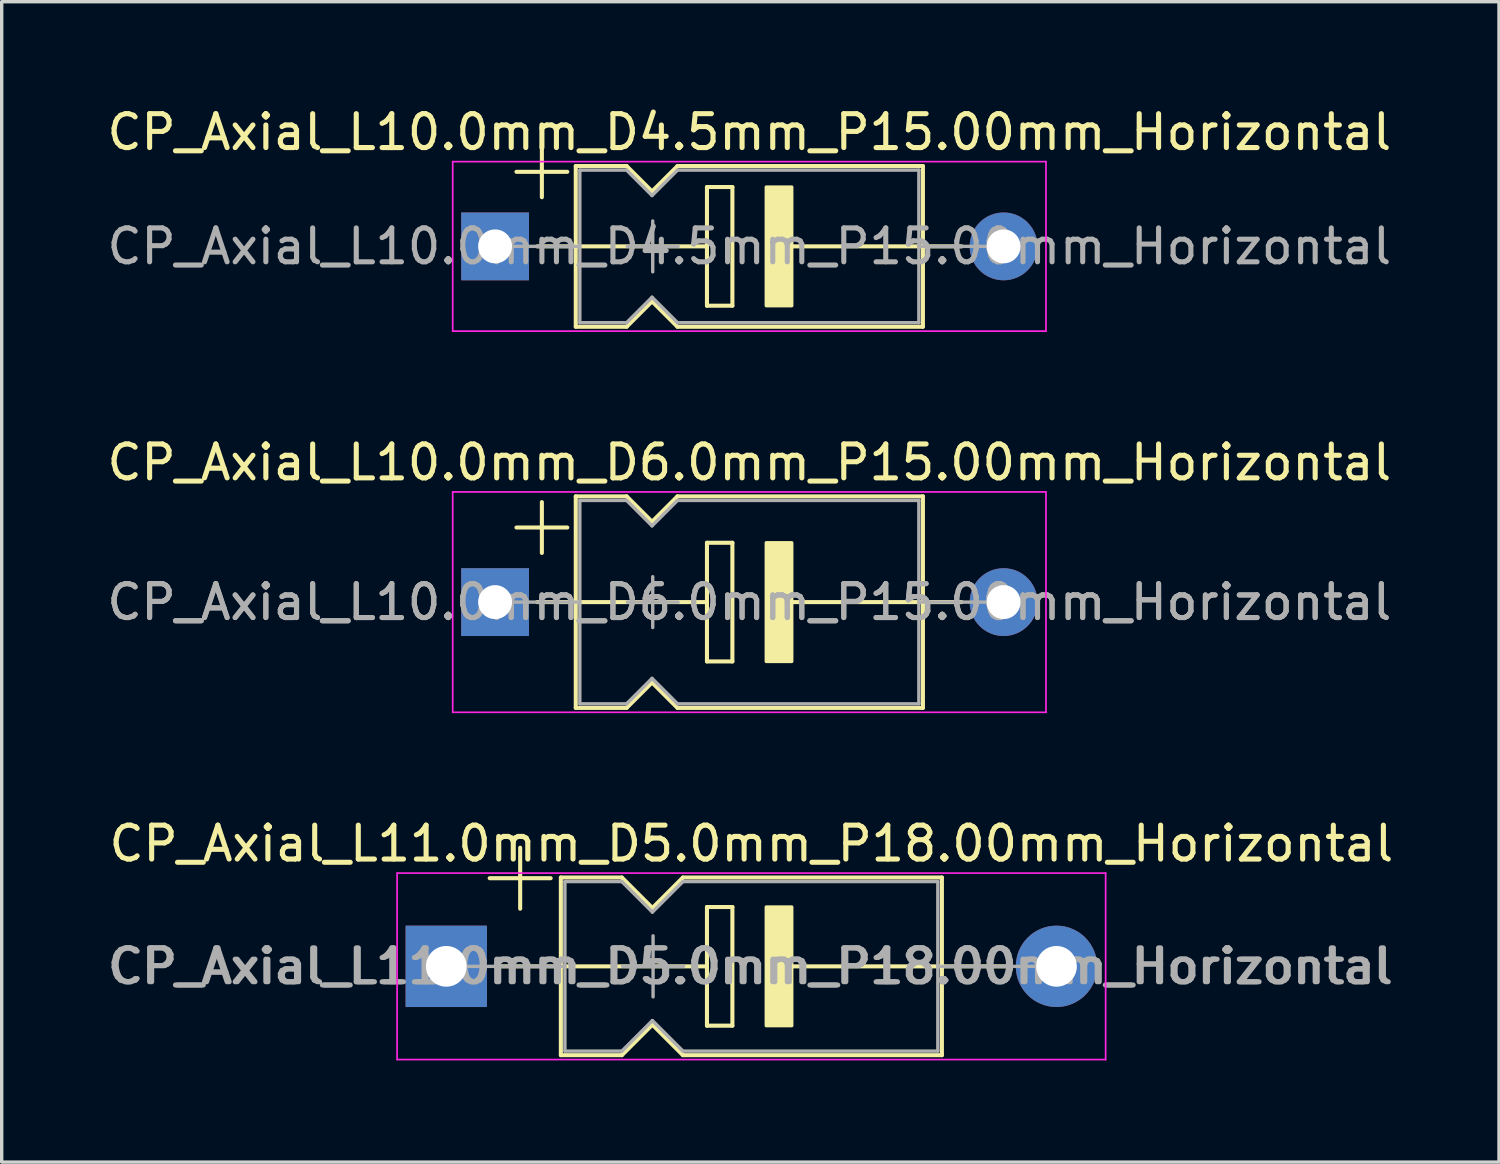
<source format=kicad_pcb>
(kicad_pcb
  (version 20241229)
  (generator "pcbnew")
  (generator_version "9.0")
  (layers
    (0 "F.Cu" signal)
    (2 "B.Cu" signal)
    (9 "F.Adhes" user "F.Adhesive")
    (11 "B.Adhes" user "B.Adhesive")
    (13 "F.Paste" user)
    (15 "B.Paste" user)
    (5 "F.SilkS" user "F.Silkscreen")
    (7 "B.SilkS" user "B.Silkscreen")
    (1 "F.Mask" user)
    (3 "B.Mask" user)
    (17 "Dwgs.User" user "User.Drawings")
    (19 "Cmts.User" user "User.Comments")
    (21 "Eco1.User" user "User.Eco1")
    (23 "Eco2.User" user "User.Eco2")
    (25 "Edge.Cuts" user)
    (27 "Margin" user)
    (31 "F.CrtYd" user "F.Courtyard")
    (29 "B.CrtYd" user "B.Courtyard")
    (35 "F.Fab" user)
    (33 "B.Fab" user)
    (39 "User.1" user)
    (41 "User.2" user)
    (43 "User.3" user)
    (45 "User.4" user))
  (footprint "CP_Axial_L10.0mm_D4.5mm_P15.00mm_Horizontal"
    (layer "F.Cu")
    (at 11.554 4.218)
    (property "Reference" "CP_Axial_L10.0mm_D4.5mm_P15.00mm_Horizontal" (at 7.5 -3.37 0) (layer "F.SilkS") (effects (font (size 1 1) (thickness 0.15))))
    (attr through_hole)
    (fp_line (start 0.63 -2.2) (end 2.13 -2.2) (stroke (width 0.12) (type solid)) (layer "F.SilkS"))
    (fp_line (start 1.24 0) (end 2.38 0) (stroke (width 0.12) (type solid)) (layer "F.SilkS"))
    (fp_line (start 1.38 -2.95) (end 1.38 -1.45) (stroke (width 0.12) (type solid)) (layer "F.SilkS"))
    (fp_line (start 2.38 -2.37) (end 2.38 2.37) (stroke (width 0.12) (type solid)) (layer "F.SilkS"))
    (fp_line (start 2.38 -2.37) (end 3.88 -2.37) (stroke (width 0.12) (type solid)) (layer "F.SilkS"))
    (fp_line (start 2.38 0) (end 6.25 0) (stroke (width 0.12) (type solid)) (layer "F.SilkS"))
    (fp_line (start 2.38 2.37) (end 3.88 2.37) (stroke (width 0.12) (type solid)) (layer "F.SilkS"))
    (fp_line (start 3.88 -2.37) (end 4.63 -1.62) (stroke (width 0.12) (type solid)) (layer "F.SilkS"))
    (fp_line (start 3.88 2.37) (end 4.63 1.62) (stroke (width 0.12) (type solid)) (layer "F.SilkS"))
    (fp_line (start 4.63 -1.62) (end 5.38 -2.37) (stroke (width 0.12) (type solid)) (layer "F.SilkS"))
    (fp_line (start 4.63 1.62) (end 5.38 2.37) (stroke (width 0.12) (type solid)) (layer "F.SilkS"))
    (fp_line (start 5.38 -2.37) (end 12.62 -2.37) (stroke (width 0.12) (type solid)) (layer "F.SilkS"))
    (fp_line (start 5.38 2.37) (end 12.62 2.37) (stroke (width 0.12) (type solid)) (layer "F.SilkS"))
    (fp_line (start 6.25 -1.75) (end 6.25 1.75) (stroke (width 0.12) (type solid)) (layer "F.SilkS"))
    (fp_line (start 6.25 -1.75) (end 7 -1.75) (stroke (width 0.12) (type solid)) (layer "F.SilkS"))
    (fp_line (start 7 -1.75) (end 7 1.75) (stroke (width 0.12) (type solid)) (layer "F.SilkS"))
    (fp_line (start 7 1.75) (end 6.25 1.75) (stroke (width 0.12) (type solid)) (layer "F.SilkS"))
    (fp_line (start 8.75 0) (end 12.62 0) (stroke (width 0.12) (type solid)) (layer "F.SilkS"))
    (fp_line (start 12.62 -2.37) (end 12.62 2.37) (stroke (width 0.12) (type solid)) (layer "F.SilkS"))
    (fp_line (start 13.76 0) (end 12.62 0) (stroke (width 0.12) (type solid)) (layer "F.SilkS"))
    (fp_poly (pts (xy 8.75 1.75) (xy 8 1.75) (xy 8 -1.75) (xy 8.75 -1.75)) (stroke (width 0.1) (type solid)) (fill yes) (layer "F.SilkS"))
    (fp_line (start -1.25 -2.5) (end -1.25 2.5) (stroke (width 0.05) (type solid)) (layer "F.CrtYd"))
    (fp_line (start -1.25 2.5) (end 16.25 2.5) (stroke (width 0.05) (type solid)) (layer "F.CrtYd"))
    (fp_line (start 16.25 -2.5) (end -1.25 -2.5) (stroke (width 0.05) (type solid)) (layer "F.CrtYd"))
    (fp_line (start 16.25 2.5) (end 16.25 -2.5) (stroke (width 0.05) (type solid)) (layer "F.CrtYd"))
    (fp_line (start 0 0) (end 2.5 0) (stroke (width 0.1) (type solid)) (layer "F.Fab"))
    (fp_line (start 2.5 -2.25) (end 2.5 2.25) (stroke (width 0.1) (type solid)) (layer "F.Fab"))
    (fp_line (start 2.5 -2.25) (end 3.88 -2.25) (stroke (width 0.1) (type solid)) (layer "F.Fab"))
    (fp_line (start 2.5 2.25) (end 3.88 2.25) (stroke (width 0.1) (type solid)) (layer "F.Fab"))
    (fp_line (start 3.88 -2.25) (end 4.63 -1.5) (stroke (width 0.1) (type solid)) (layer "F.Fab"))
    (fp_line (start 3.88 2.25) (end 4.63 1.5) (stroke (width 0.1) (type solid)) (layer "F.Fab"))
    (fp_line (start 3.9 0) (end 5.4 0) (stroke (width 0.1) (type solid)) (layer "F.Fab"))
    (fp_line (start 4.63 -1.5) (end 5.38 -2.25) (stroke (width 0.1) (type solid)) (layer "F.Fab"))
    (fp_line (start 4.63 1.5) (end 5.38 2.25) (stroke (width 0.1) (type solid)) (layer "F.Fab"))
    (fp_line (start 4.65 -0.75) (end 4.65 0.75) (stroke (width 0.1) (type solid)) (layer "F.Fab"))
    (fp_line (start 5.38 -2.25) (end 12.5 -2.25) (stroke (width 0.1) (type solid)) (layer "F.Fab"))
    (fp_line (start 5.38 2.25) (end 12.5 2.25) (stroke (width 0.1) (type solid)) (layer "F.Fab"))
    (fp_line (start 12.5 -2.25) (end 12.5 2.25) (stroke (width 0.1) (type solid)) (layer "F.Fab"))
    (fp_line (start 15 0) (end 12.5 0) (stroke (width 0.1) (type solid)) (layer "F.Fab"))
    (fp_text user "${REFERENCE}" (at 7.5 0 0) (layer "F.Fab") (effects (font (size 1 1) (thickness 0.15))))
    (pad "1" thru_hole rect (at 0 0) (size 2 2) (drill 1) (layers "*.Cu" "*.Mask"))
    (pad "2" thru_hole oval (at 15 0) (size 2 2) (drill 1) (layers "*.Cu" "*.Mask")))
  (footprint "CP_Axial_L11.0mm_D5.0mm_P18.00mm_Horizontal"
    (layer "F.Cu")
    (at 10.114 25.455)
    (property "Reference" "CP_Axial_L11.0mm_D5.0mm_P18.00mm_Horizontal" (at 9 -3.62 0) (layer "F.SilkS") (effects (font (size 1 1) (thickness 0.15))))
    (attr through_hole)
    (fp_line (start 1.28 -2.6) (end 3.08 -2.6) (stroke (width 0.12) (type solid)) (layer "F.SilkS"))
    (fp_line (start 1.44 0) (end 3.38 0) (stroke (width 0.12) (type solid)) (layer "F.SilkS"))
    (fp_line (start 2.18 -3.5) (end 2.18 -1.7) (stroke (width 0.12) (type solid)) (layer "F.SilkS"))
    (fp_line (start 3.38 -2.62) (end 3.38 2.62) (stroke (width 0.12) (type solid)) (layer "F.SilkS"))
    (fp_line (start 3.38 -2.62) (end 5.18 -2.62) (stroke (width 0.12) (type solid)) (layer "F.SilkS"))
    (fp_line (start 3.38 0) (end 7.69 0) (stroke (width 0.12) (type solid)) (layer "F.SilkS"))
    (fp_line (start 3.38 2.62) (end 5.18 2.62) (stroke (width 0.12) (type solid)) (layer "F.SilkS"))
    (fp_line (start 5.18 -2.62) (end 6.08 -1.72) (stroke (width 0.12) (type solid)) (layer "F.SilkS"))
    (fp_line (start 5.18 2.62) (end 6.08 1.72) (stroke (width 0.12) (type solid)) (layer "F.SilkS"))
    (fp_line (start 6.08 -1.72) (end 6.98 -2.62) (stroke (width 0.12) (type solid)) (layer "F.SilkS"))
    (fp_line (start 6.08 1.72) (end 6.98 2.62) (stroke (width 0.12) (type solid)) (layer "F.SilkS"))
    (fp_line (start 6.98 -2.62) (end 14.62 -2.62) (stroke (width 0.12) (type solid)) (layer "F.SilkS"))
    (fp_line (start 6.98 2.62) (end 14.62 2.62) (stroke (width 0.12) (type solid)) (layer "F.SilkS"))
    (fp_line (start 7.69 -1.75) (end 7.69 1.75) (stroke (width 0.12) (type solid)) (layer "F.SilkS"))
    (fp_line (start 7.69 -1.75) (end 8.44 -1.75) (stroke (width 0.12) (type solid)) (layer "F.SilkS"))
    (fp_line (start 8.44 -1.75) (end 8.44 1.75) (stroke (width 0.12) (type solid)) (layer "F.SilkS"))
    (fp_line (start 8.44 1.75) (end 7.69 1.75) (stroke (width 0.12) (type solid)) (layer "F.SilkS"))
    (fp_line (start 10.19 0) (end 14.62 0) (stroke (width 0.12) (type solid)) (layer "F.SilkS"))
    (fp_line (start 14.62 -2.62) (end 14.62 2.62) (stroke (width 0.12) (type solid)) (layer "F.SilkS"))
    (fp_line (start 16.56 0) (end 14.62 0) (stroke (width 0.12) (type solid)) (layer "F.SilkS"))
    (fp_poly (pts (xy 10.19 1.75) (xy 9.44 1.75) (xy 9.44 -1.75) (xy 10.19 -1.75)) (stroke (width 0.1) (type solid)) (fill yes) (layer "F.SilkS"))
    (fp_line (start -1.45 -2.75) (end -1.45 2.75) (stroke (width 0.05) (type solid)) (layer "F.CrtYd"))
    (fp_line (start -1.45 2.75) (end 19.45 2.75) (stroke (width 0.05) (type solid)) (layer "F.CrtYd"))
    (fp_line (start 19.45 -2.75) (end -1.45 -2.75) (stroke (width 0.05) (type solid)) (layer "F.CrtYd"))
    (fp_line (start 19.45 2.75) (end 19.45 -2.75) (stroke (width 0.05) (type solid)) (layer "F.CrtYd"))
    (fp_line (start 0 0) (end 3.5 0) (stroke (width 0.1) (type solid)) (layer "F.Fab"))
    (fp_line (start 3.5 -2.5) (end 3.5 2.5) (stroke (width 0.1) (type solid)) (layer "F.Fab"))
    (fp_line (start 3.5 -2.5) (end 5.18 -2.5) (stroke (width 0.1) (type solid)) (layer "F.Fab"))
    (fp_line (start 3.5 2.5) (end 5.18 2.5) (stroke (width 0.1) (type solid)) (layer "F.Fab"))
    (fp_line (start 5.18 -2.5) (end 6.08 -1.6) (stroke (width 0.1) (type solid)) (layer "F.Fab"))
    (fp_line (start 5.18 2.5) (end 6.08 1.6) (stroke (width 0.1) (type solid)) (layer "F.Fab"))
    (fp_line (start 5.2 0) (end 7 0) (stroke (width 0.1) (type solid)) (layer "F.Fab"))
    (fp_line (start 6.08 -1.6) (end 6.98 -2.5) (stroke (width 0.1) (type solid)) (layer "F.Fab"))
    (fp_line (start 6.08 1.6) (end 6.98 2.5) (stroke (width 0.1) (type solid)) (layer "F.Fab"))
    (fp_line (start 6.1 -0.9) (end 6.1 0.9) (stroke (width 0.1) (type solid)) (layer "F.Fab"))
    (fp_line (start 6.98 -2.5) (end 14.5 -2.5) (stroke (width 0.1) (type solid)) (layer "F.Fab"))
    (fp_line (start 6.98 2.5) (end 14.5 2.5) (stroke (width 0.1) (type solid)) (layer "F.Fab"))
    (fp_line (start 14.5 -2.5) (end 14.5 2.5) (stroke (width 0.1) (type solid)) (layer "F.Fab"))
    (fp_line (start 18 0) (end 14.5 0) (stroke (width 0.1) (type solid)) (layer "F.Fab"))
    (fp_text user "${REFERENCE}" (at 8.94 0 0) (layer "F.Fab") (effects (font (size 1 1) (thickness 0.15))))
    (fp_text user "${REFERENCE}" (at 9 0 0) (layer "F.Fab") (effects (font (size 1 1) (thickness 0.15))))
    (pad "1" thru_hole rect (at 0 0) (size 2.4 2.4) (drill 1.2) (layers "*.Cu" "*.Mask"))
    (pad "2" thru_hole oval (at 18 0) (size 2.4 2.4) (drill 1.2) (layers "*.Cu" "*.Mask")))
  (footprint "CP_Axial_L10.0mm_D6.0mm_P15.00mm_Horizontal"
    (layer "F.Cu")
    (at 11.554 14.711)
    (property "Reference" "CP_Axial_L10.0mm_D6.0mm_P15.00mm_Horizontal" (at 7.5 -4.12 0) (layer "F.SilkS") (effects (font (size 1 1) (thickness 0.15))))
    (attr through_hole)
    (fp_line (start 0.63 -2.2) (end 2.13 -2.2) (stroke (width 0.12) (type solid)) (layer "F.SilkS"))
    (fp_line (start 1.24 0) (end 2.38 0) (stroke (width 0.12) (type solid)) (layer "F.SilkS"))
    (fp_line (start 1.38 -2.95) (end 1.38 -1.45) (stroke (width 0.12) (type solid)) (layer "F.SilkS"))
    (fp_line (start 2.38 -3.12) (end 2.38 3.12) (stroke (width 0.12) (type solid)) (layer "F.SilkS"))
    (fp_line (start 2.38 -3.12) (end 3.88 -3.12) (stroke (width 0.12) (type solid)) (layer "F.SilkS"))
    (fp_line (start 2.38 0) (end 6.25 0) (stroke (width 0.12) (type solid)) (layer "F.SilkS"))
    (fp_line (start 2.38 3.12) (end 3.88 3.12) (stroke (width 0.12) (type solid)) (layer "F.SilkS"))
    (fp_line (start 3.88 -3.12) (end 4.63 -2.37) (stroke (width 0.12) (type solid)) (layer "F.SilkS"))
    (fp_line (start 3.88 3.12) (end 4.63 2.37) (stroke (width 0.12) (type solid)) (layer "F.SilkS"))
    (fp_line (start 4.63 -2.37) (end 5.38 -3.12) (stroke (width 0.12) (type solid)) (layer "F.SilkS"))
    (fp_line (start 4.63 2.37) (end 5.38 3.12) (stroke (width 0.12) (type solid)) (layer "F.SilkS"))
    (fp_line (start 5.38 -3.12) (end 12.62 -3.12) (stroke (width 0.12) (type solid)) (layer "F.SilkS"))
    (fp_line (start 5.38 3.12) (end 12.62 3.12) (stroke (width 0.12) (type solid)) (layer "F.SilkS"))
    (fp_line (start 6.25 -1.75) (end 6.25 1.75) (stroke (width 0.12) (type solid)) (layer "F.SilkS"))
    (fp_line (start 6.25 -1.75) (end 7 -1.75) (stroke (width 0.12) (type solid)) (layer "F.SilkS"))
    (fp_line (start 7 -1.75) (end 7 1.75) (stroke (width 0.12) (type solid)) (layer "F.SilkS"))
    (fp_line (start 7 1.75) (end 6.25 1.75) (stroke (width 0.12) (type solid)) (layer "F.SilkS"))
    (fp_line (start 8.75 0) (end 12.62 0) (stroke (width 0.12) (type solid)) (layer "F.SilkS"))
    (fp_line (start 12.62 -3.12) (end 12.62 3.12) (stroke (width 0.12) (type solid)) (layer "F.SilkS"))
    (fp_line (start 13.76 0) (end 12.62 0) (stroke (width 0.12) (type solid)) (layer "F.SilkS"))
    (fp_poly (pts (xy 8.75 1.75) (xy 8 1.75) (xy 8 -1.75) (xy 8.75 -1.75)) (stroke (width 0.1) (type solid)) (fill yes) (layer "F.SilkS"))
    (fp_line (start -1.25 -3.25) (end -1.25 3.25) (stroke (width 0.05) (type solid)) (layer "F.CrtYd"))
    (fp_line (start -1.25 3.25) (end 16.25 3.25) (stroke (width 0.05) (type solid)) (layer "F.CrtYd"))
    (fp_line (start 16.25 -3.25) (end -1.25 -3.25) (stroke (width 0.05) (type solid)) (layer "F.CrtYd"))
    (fp_line (start 16.25 3.25) (end 16.25 -3.25) (stroke (width 0.05) (type solid)) (layer "F.CrtYd"))
    (fp_line (start 0 0) (end 2.5 0) (stroke (width 0.1) (type solid)) (layer "F.Fab"))
    (fp_line (start 2.5 -3) (end 2.5 3) (stroke (width 0.1) (type solid)) (layer "F.Fab"))
    (fp_line (start 2.5 -3) (end 3.88 -3) (stroke (width 0.1) (type solid)) (layer "F.Fab"))
    (fp_line (start 2.5 3) (end 3.88 3) (stroke (width 0.1) (type solid)) (layer "F.Fab"))
    (fp_line (start 3.88 -3) (end 4.63 -2.25) (stroke (width 0.1) (type solid)) (layer "F.Fab"))
    (fp_line (start 3.88 3) (end 4.63 2.25) (stroke (width 0.1) (type solid)) (layer "F.Fab"))
    (fp_line (start 3.9 0) (end 5.4 0) (stroke (width 0.1) (type solid)) (layer "F.Fab"))
    (fp_line (start 4.63 -2.25) (end 5.38 -3) (stroke (width 0.1) (type solid)) (layer "F.Fab"))
    (fp_line (start 4.63 2.25) (end 5.38 3) (stroke (width 0.1) (type solid)) (layer "F.Fab"))
    (fp_line (start 4.65 -0.75) (end 4.65 0.75) (stroke (width 0.1) (type solid)) (layer "F.Fab"))
    (fp_line (start 5.38 -3) (end 12.5 -3) (stroke (width 0.1) (type solid)) (layer "F.Fab"))
    (fp_line (start 5.38 3) (end 12.5 3) (stroke (width 0.1) (type solid)) (layer "F.Fab"))
    (fp_line (start 12.5 -3) (end 12.5 3) (stroke (width 0.1) (type solid)) (layer "F.Fab"))
    (fp_line (start 15 0) (end 12.5 0) (stroke (width 0.1) (type solid)) (layer "F.Fab"))
    (fp_text user "${REFERENCE}" (at 7.5 0 0) (layer "F.Fab") (effects (font (size 1 1) (thickness 0.15))))
    (fp_text user "${REFERENCE}" (at 7.5 0 0) (layer "F.Fab") (effects (font (size 1 1) (thickness 0.15))))
    (pad "1" thru_hole rect (at 0 0) (size 2 2) (drill 1) (layers "*.Cu" "*.Mask"))
    (pad "2" thru_hole oval (at 15 0) (size 2 2) (drill 1) (layers "*.Cu" "*.Mask")))
  (gr_rect
    (start -3 -3)
    (end 41.167 31.23)
    (stroke (width 0.1) (type default))
    (fill no)
    (layer "Edge.Cuts")))
</source>
